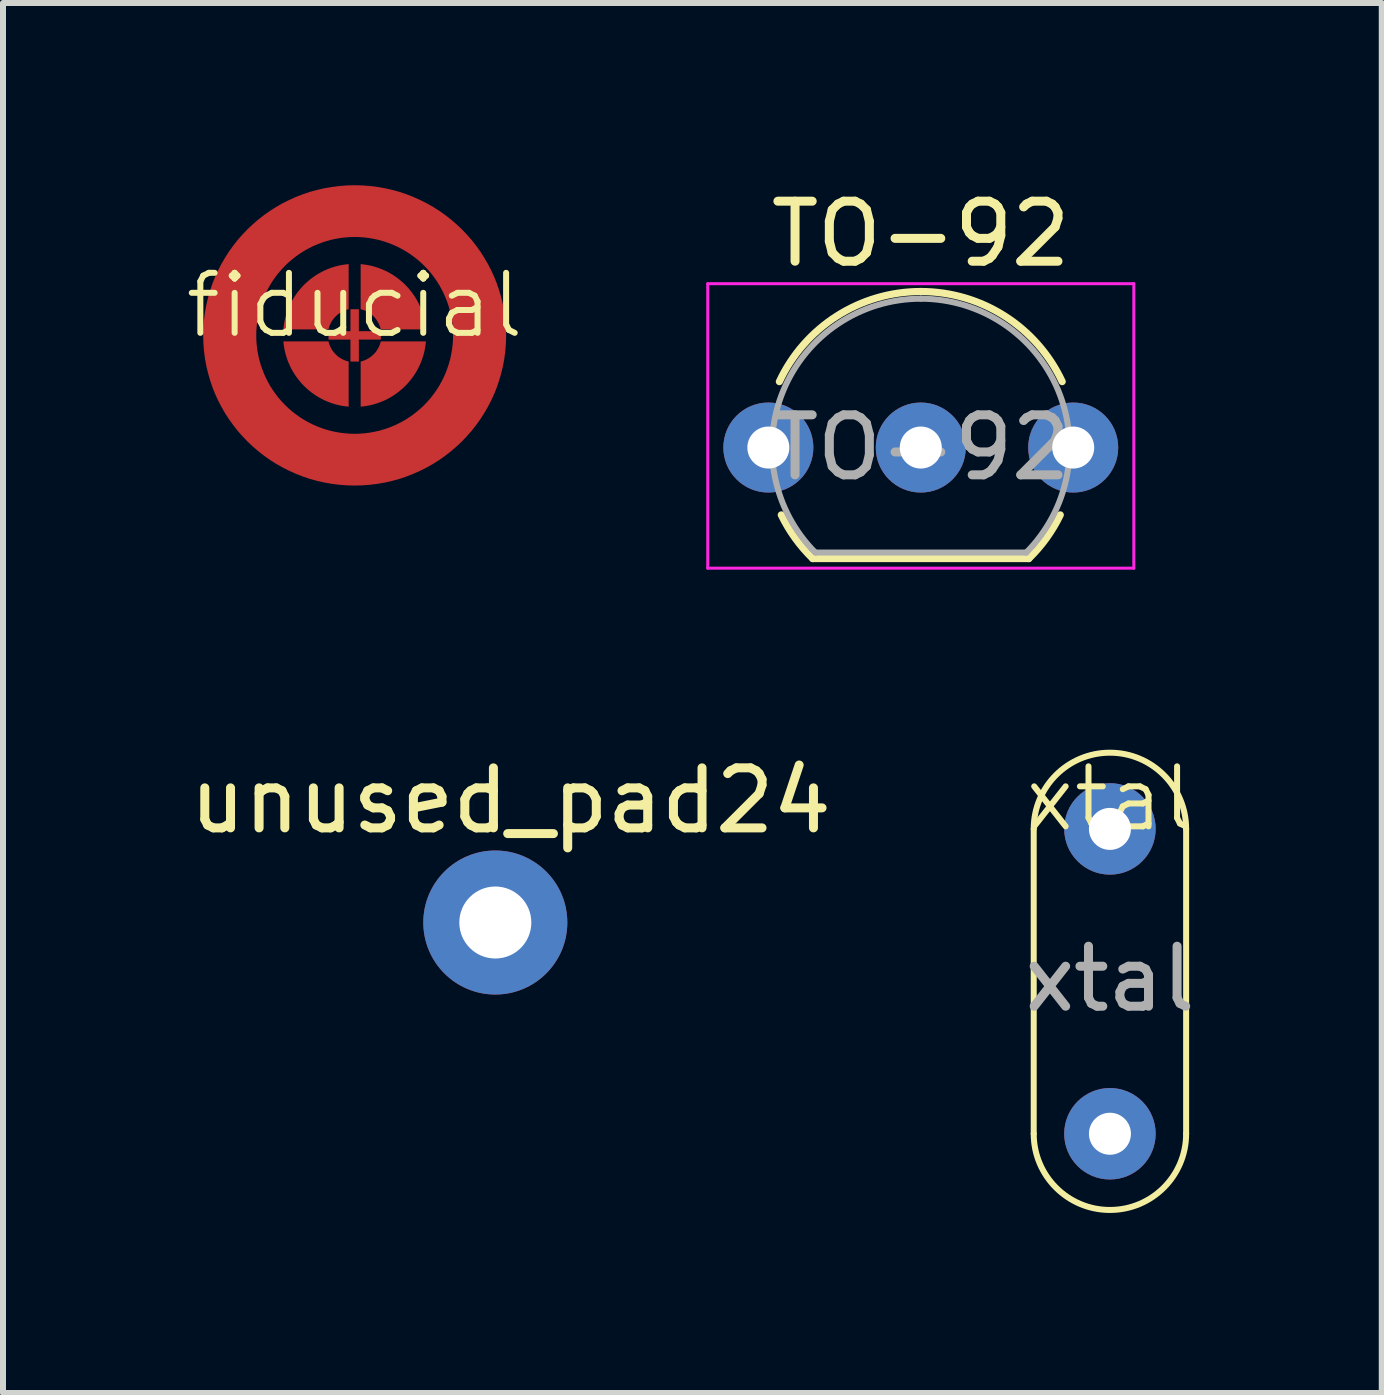
<source format=kicad_pcb>
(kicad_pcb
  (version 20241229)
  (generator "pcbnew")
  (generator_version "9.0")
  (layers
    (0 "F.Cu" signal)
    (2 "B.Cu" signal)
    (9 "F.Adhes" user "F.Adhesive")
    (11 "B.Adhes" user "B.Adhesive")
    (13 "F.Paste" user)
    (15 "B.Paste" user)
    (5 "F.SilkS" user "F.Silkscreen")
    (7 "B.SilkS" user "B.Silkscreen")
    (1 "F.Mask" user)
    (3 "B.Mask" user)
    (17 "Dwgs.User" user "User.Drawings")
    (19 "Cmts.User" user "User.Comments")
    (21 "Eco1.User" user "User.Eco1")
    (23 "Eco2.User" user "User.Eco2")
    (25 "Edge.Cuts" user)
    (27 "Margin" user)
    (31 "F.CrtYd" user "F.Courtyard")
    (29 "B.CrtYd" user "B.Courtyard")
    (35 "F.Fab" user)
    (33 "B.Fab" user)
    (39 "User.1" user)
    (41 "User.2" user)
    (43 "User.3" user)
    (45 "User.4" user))
  (footprint "unused_pad24"
    (layer "F.Cu")
    (at 5.204 12.323)
    (property "Reference" "unused_pad24" (at 0.254 -2.032 0) (unlocked yes) (layer "F.SilkS") (effects (font (size 1 1) (thickness 0.15))))
    (attr through_hole board_only exclude_from_bom)
    (pad "1" thru_hole circle (at 0 0) (size 2.4 2.4) (drill 1.2) (layers "*.Cu" "*.Mask")))
  (footprint "TO-92"
    (layer "F.Cu")
    (at 9.754 4.408)
    (property "Reference" "TO-92" (at 2.54 -3.56 0) (layer "F.SilkS") (effects (font (size 1 1) (thickness 0.15))))
    (attr through_hole)
    (fp_line (start 0.74 1.85) (end 4.34 1.85) (stroke (width 0.12) (type solid)) (layer "F.SilkS"))
    (fp_arc (start 0.1836 -1.098807) (mid 1.143021 -2.192817) (end 2.54 -2.6) (stroke (width 0.12) (type solid)) (layer "F.SilkS"))
    (fp_arc (start 0.74 1.85) (mid 0.446097 1.509328) (end 0.215816 1.122795) (stroke (width 0.12) (type solid)) (layer "F.SilkS"))
    (fp_arc (start 2.54 -2.6) (mid 3.936979 -2.192818) (end 4.8964 -1.098807) (stroke (width 0.12) (type solid)) (layer "F.SilkS"))
    (fp_arc (start 4.864184 1.122795) (mid 4.633903 1.509328) (end 4.34 1.85) (stroke (width 0.12) (type solid)) (layer "F.SilkS"))
    (fp_line (start -1.01 -2.73) (end -1.01 2.01) (stroke (width 0.05) (type solid)) (layer "F.CrtYd"))
    (fp_line (start -1.01 -2.73) (end 6.09 -2.73) (stroke (width 0.05) (type solid)) (layer "F.CrtYd"))
    (fp_line (start 6.09 2.01) (end -1.01 2.01) (stroke (width 0.05) (type solid)) (layer "F.CrtYd"))
    (fp_line (start 6.09 2.01) (end 6.09 -2.73) (stroke (width 0.05) (type solid)) (layer "F.CrtYd"))
    (fp_line (start 0.8 1.75) (end 4.3 1.75) (stroke (width 0.1) (type solid)) (layer "F.Fab"))
    (fp_arc (start 0.786375 1.753625) (mid 0.248779 -0.949055) (end 2.54 -2.48) (stroke (width 0.1) (type solid)) (layer "F.Fab"))
    (fp_arc (start 2.54 -2.48) (mid 4.831221 -0.949055) (end 4.293625 1.753625) (stroke (width 0.1) (type solid)) (layer "F.Fab"))
    (fp_text user "${REFERENCE}" (at 2.54 0 0) (layer "F.Fab") (effects (font (size 1 1) (thickness 0.15))))
    (pad "1" thru_hole circle (at 0 0) (size 1.5 1.5) (drill 0.7) (layers "*.Cu" "*.Mask"))
    (pad "2" thru_hole circle (at 2.54 0) (size 1.5 1.5) (drill 0.7) (layers "*.Cu" "*.Mask"))
    (pad "3" thru_hole circle (at 5.08 0) (size 1.5 1.5) (drill 0.7) (layers "*.Cu" "*.Mask")))
  (footprint "fiducial"
    (layer "F.Cu")
    (at 2.86 2.539)
    (property "Reference" "fiducial" (at 0 -0.5 0) (unlocked yes) (layer "F.SilkS") (effects (font (size 1 1) (thickness 0.1))))
    (attr smd board_only exclude_from_bom allow_soldermask_bridges)
    (fp_poly (pts (xy 0.07 0.436) (xy -0.07 0.436) (xy -0.07 -0.436) (xy 0.07 -0.436)) (stroke (width 0) (type solid)) (fill yes) (layer "F.Cu"))
    (fp_poly (pts (xy 0.436 0.07) (xy -0.436 0.07) (xy -0.436 -0.07) (xy 0.436 -0.07)) (stroke (width 0) (type solid)) (fill yes) (layer "F.Cu"))
    (fp_poly (pts (xy -0.428 0.131) (xy -0.418 0.161) (xy -0.405 0.189) (xy -0.391 0.217) (xy -0.375 0.244) (xy -0.357 0.269) (xy -0.338 0.293) (xy -0.316 0.316) (xy -0.294 0.337) (xy -0.27 0.357) (xy -0.244 0.374) (xy -0.218 0.39) (xy -0.19 0.405) (xy -0.161 0.417) (xy -0.131 0.427) (xy -0.1 0.436) (xy -0.1 1.188) (xy -0.154 1.182) (xy -0.207 1.174) (xy -0.26 1.164) (xy -0.311 1.151) (xy -0.362 1.136) (xy -0.412 1.119) (xy -0.46 1.1) (xy -0.508 1.079) (xy -0.554 1.056) (xy -0.599 1.031) (xy -0.643 1.004) (xy -0.686 0.975) (xy -0.728 0.944) (xy -0.768 0.912) (xy -0.806 0.878) (xy -0.843 0.843) (xy -0.879 0.806) (xy -0.912 0.767) (xy -0.945 0.727) (xy -0.975 0.686) (xy -1.004 0.643) (xy -1.031 0.599) (xy -1.056 0.554) (xy -1.079 0.507) (xy -1.1 0.46) (xy -1.119 0.411) (xy -1.136 0.361) (xy -1.151 0.311) (xy -1.164 0.259) (xy -1.174 0.207) (xy -1.182 0.154) (xy -1.188 0.1) (xy -0.436 0.1)) (stroke (width 0) (type solid) (color 255 0 0 1)) (fill yes) (layer "F.Cu"))
    (fp_poly (pts (xy -0.1 -0.436) (xy -0.131 -0.428) (xy -0.161 -0.418) (xy -0.19 -0.405) (xy -0.218 -0.391) (xy -0.244 -0.375) (xy -0.27 -0.357) (xy -0.294 -0.338) (xy -0.316 -0.316) (xy -0.338 -0.294) (xy -0.357 -0.27) (xy -0.375 -0.244) (xy -0.391 -0.218) (xy -0.405 -0.19) (xy -0.418 -0.161) (xy -0.428 -0.131) (xy -0.436 -0.1) (xy -1.188 -0.1) (xy -1.182 -0.154) (xy -1.174 -0.207) (xy -1.164 -0.26) (xy -1.151 -0.311) (xy -1.136 -0.362) (xy -1.119 -0.412) (xy -1.1 -0.46) (xy -1.079 -0.508) (xy -1.056 -0.554) (xy -1.031 -0.599) (xy -1.004 -0.643) (xy -0.975 -0.686) (xy -0.945 -0.727) (xy -0.912 -0.767) (xy -0.878 -0.806) (xy -0.843 -0.843) (xy -0.806 -0.878) (xy -0.767 -0.912) (xy -0.727 -0.945) (xy -0.686 -0.975) (xy -0.643 -1.004) (xy -0.599 -1.031) (xy -0.554 -1.056) (xy -0.508 -1.079) (xy -0.46 -1.1) (xy -0.412 -1.119) (xy -0.362 -1.136) (xy -0.311 -1.151) (xy -0.26 -1.164) (xy -0.207 -1.174) (xy -0.154 -1.182) (xy -0.1 -1.188)) (stroke (width 0) (type solid) (color 255 0 0 1)) (fill yes) (layer "F.Cu"))
    (fp_poly (pts (xy 0.154 -1.182) (xy 0.207 -1.174) (xy 0.259 -1.164) (xy 0.311 -1.151) (xy 0.361 -1.136) (xy 0.411 -1.119) (xy 0.46 -1.1) (xy 0.507 -1.079) (xy 0.554 -1.056) (xy 0.599 -1.031) (xy 0.643 -1.004) (xy 0.686 -0.975) (xy 0.727 -0.945) (xy 0.767 -0.912) (xy 0.806 -0.879) (xy 0.843 -0.843) (xy 0.878 -0.806) (xy 0.912 -0.768) (xy 0.944 -0.728) (xy 0.975 -0.686) (xy 1.004 -0.643) (xy 1.031 -0.599) (xy 1.056 -0.554) (xy 1.079 -0.508) (xy 1.1 -0.46) (xy 1.119 -0.412) (xy 1.136 -0.362) (xy 1.151 -0.311) (xy 1.164 -0.26) (xy 1.174 -0.207) (xy 1.182 -0.154) (xy 1.188 -0.1) (xy 0.436 -0.1) (xy 0.427 -0.131) (xy 0.417 -0.161) (xy 0.405 -0.19) (xy 0.39 -0.218) (xy 0.374 -0.244) (xy 0.357 -0.27) (xy 0.337 -0.294) (xy 0.316 -0.316) (xy 0.293 -0.338) (xy 0.269 -0.357) (xy 0.244 -0.375) (xy 0.217 -0.391) (xy 0.189 -0.405) (xy 0.161 -0.418) (xy 0.131 -0.428) (xy 0.1 -0.436) (xy 0.1 -1.188)) (stroke (width 0) (type solid) (color 255 0 0 1)) (fill yes) (layer "F.Cu"))
    (fp_poly (pts (xy 1.188 0.1) (xy 1.182 0.154) (xy 1.174 0.207) (xy 1.164 0.259) (xy 1.151 0.311) (xy 1.136 0.362) (xy 1.119 0.411) (xy 1.1 0.46) (xy 1.079 0.507) (xy 1.056 0.554) (xy 1.031 0.599) (xy 1.004 0.643) (xy 0.975 0.686) (xy 0.945 0.727) (xy 0.912 0.767) (xy 0.878 0.806) (xy 0.843 0.843) (xy 0.806 0.878) (xy 0.767 0.912) (xy 0.727 0.945) (xy 0.686 0.975) (xy 0.643 1.004) (xy 0.599 1.031) (xy 0.554 1.056) (xy 0.507 1.079) (xy 0.46 1.1) (xy 0.411 1.119) (xy 0.362 1.136) (xy 0.311 1.151) (xy 0.259 1.164) (xy 0.207 1.174) (xy 0.154 1.182) (xy 0.1 1.188) (xy 0.1 0.436) (xy 0.131 0.427) (xy 0.161 0.417) (xy 0.189 0.405) (xy 0.217 0.39) (xy 0.244 0.374) (xy 0.269 0.357) (xy 0.293 0.337) (xy 0.316 0.316) (xy 0.337 0.293) (xy 0.357 0.269) (xy 0.374 0.244) (xy 0.39 0.217) (xy 0.405 0.189) (xy 0.417 0.161) (xy 0.427 0.131) (xy 0.436 0.1)) (stroke (width 0) (type solid) (color 255 0 0 1)) (fill yes) (layer "F.Cu"))
    (fp_poly (pts (xy 0.13 -2.499) (xy 0.258 -2.489) (xy 0.384 -2.473) (xy 0.509 -2.451) (xy 0.631 -2.423) (xy 0.751 -2.39) (xy 0.868 -2.35) (xy 0.982 -2.305) (xy 1.094 -2.255) (xy 1.203 -2.2) (xy 1.309 -2.14) (xy 1.411 -2.075) (xy 1.51 -2.005) (xy 1.605 -1.931) (xy 1.697 -1.852) (xy 1.785 -1.769) (xy 1.868 -1.682) (xy 1.948 -1.592) (xy 2.022 -1.497) (xy 2.093 -1.399) (xy 2.158 -1.297) (xy 2.219 -1.193) (xy 2.275 -1.085) (xy 2.326 -0.974) (xy 2.371 -0.86) (xy 2.41 -0.744) (xy 2.444 -0.625) (xy 2.473 -0.504) (xy 2.495 -0.381) (xy 2.511 -0.256) (xy 2.521 -0.129) (xy 2.524 0) (xy 2.521 0.129) (xy 2.511 0.256) (xy 2.495 0.381) (xy 2.473 0.504) (xy 2.444 0.625) (xy 2.41 0.744) (xy 2.371 0.86) (xy 2.326 0.974) (xy 2.275 1.085) (xy 2.219 1.193) (xy 2.158 1.297) (xy 2.093 1.399) (xy 2.022 1.497) (xy 1.948 1.592) (xy 1.868 1.682) (xy 1.785 1.769) (xy 1.697 1.852) (xy 1.605 1.931) (xy 1.51 2.005) (xy 1.411 2.075) (xy 1.309 2.14) (xy 1.203 2.2) (xy 1.094 2.255) (xy 0.982 2.305) (xy 0.868 2.35) (xy 0.75 2.39) (xy 0.631 2.423) (xy 0.509 2.451) (xy 0.384 2.473) (xy 0.258 2.489) (xy 0.13 2.499) (xy -0.000061 2.502) (xy -0.13 2.499) (xy -0.258 2.489) (xy -0.384 2.473) (xy -0.509 2.451) (xy -0.631 2.423) (xy -0.751 2.39) (xy -0.868 2.35) (xy -0.982 2.305) (xy -1.094 2.255) (xy -1.203 2.2) (xy -1.309 2.14) (xy -1.411 2.075) (xy -1.51 2.005) (xy -1.605 1.931) (xy -1.697 1.852) (xy -1.785 1.769) (xy -1.868 1.682) (xy -1.948 1.592) (xy -2.022 1.497) (xy -2.093 1.399) (xy -2.159 1.297) (xy -2.219 1.193) (xy -2.275 1.085) (xy -2.326 0.974) (xy -2.371 0.86) (xy -2.41 0.744) (xy -2.444 0.625) (xy -2.473 0.504) (xy -2.495 0.381) (xy -2.511 0.256) (xy -2.521 0.129) (xy -2.524 0) (xy -1.64 0) (xy -1.638 0.081) (xy -1.632 0.162) (xy -1.622 0.242) (xy -1.608 0.321) (xy -1.591 0.4) (xy -1.569 0.477) (xy -1.544 0.553) (xy -1.515 0.628) (xy -1.483 0.701) (xy -1.447 0.772) (xy -1.408 0.842) (xy -1.365 0.91) (xy -1.318 0.976) (xy -1.269 1.04) (xy -1.216 1.101) (xy -1.16 1.16) (xy -1.101 1.216) (xy -1.04 1.269) (xy -0.976 1.318) (xy -0.91 1.365) (xy -0.842 1.408) (xy -0.772 1.447) (xy -0.701 1.483) (xy -0.628 1.515) (xy -0.553 1.544) (xy -0.477 1.569) (xy -0.4 1.591) (xy -0.322 1.608) (xy -0.242 1.622) (xy -0.162 1.632) (xy -0.081 1.638) (xy -0.000077 1.64) (xy 0.081 1.638) (xy 0.162 1.632) (xy 0.242 1.622) (xy 0.321 1.608) (xy 0.4 1.591) (xy 0.477 1.569) (xy 0.553 1.544) (xy 0.628 1.515) (xy 0.701 1.483) (xy 0.772 1.447) (xy 0.842 1.408) (xy 0.91 1.365) (xy 0.976 1.318) (xy 1.039 1.269) (xy 1.101 1.216) (xy 1.16 1.16) (xy 1.216 1.101) (xy 1.269 1.04) (xy 1.318 0.976) (xy 1.365 0.91) (xy 1.408 0.842) (xy 1.447 0.772) (xy 1.483 0.701) (xy 1.515 0.628) (xy 1.544 0.553) (xy 1.569 0.477) (xy 1.591 0.4) (xy 1.608 0.322) (xy 1.622 0.242) (xy 1.632 0.162) (xy 1.638 0.081) (xy 1.64 0) (xy 1.638 -0.081) (xy 1.632 -0.162) (xy 1.622 -0.242) (xy 1.608 -0.321) (xy 1.591 -0.4) (xy 1.569 -0.477) (xy 1.544 -0.553) (xy 1.515 -0.628) (xy 1.483 -0.701) (xy 1.447 -0.772) (xy 1.408 -0.842) (xy 1.365 -0.91) (xy 1.318 -0.976) (xy 1.269 -1.04) (xy 1.216 -1.101) (xy 1.16 -1.16) (xy 1.101 -1.216) (xy 1.04 -1.269) (xy 0.976 -1.318) (xy 0.91 -1.365) (xy 0.842 -1.408) (xy 0.772 -1.447) (xy 0.701 -1.483) (xy 0.628 -1.515) (xy 0.553 -1.544) (xy 0.477 -1.569) (xy 0.4 -1.591) (xy 0.321 -1.608) (xy 0.242 -1.622) (xy 0.162 -1.632) (xy 0.081 -1.638) (xy 0.000039 -1.64) (xy -0.081 -1.638) (xy -0.162 -1.632) (xy -0.242 -1.622) (xy -0.321 -1.608) (xy -0.4 -1.591) (xy -0.477 -1.569) (xy -0.553 -1.544) (xy -0.628 -1.515) (xy -0.701 -1.483) (xy -0.772 -1.447) (xy -0.842 -1.408) (xy -0.91 -1.365) (xy -0.976 -1.318) (xy -1.039 -1.269) (xy -1.101 -1.216) (xy -1.16 -1.16) (xy -1.216 -1.101) (xy -1.269 -1.04) (xy -1.318 -0.976) (xy -1.365 -0.91) (xy -1.408 -0.842) (xy -1.447 -0.772) (xy -1.483 -0.701) (xy -1.515 -0.628) (xy -1.544 -0.553) (xy -1.569 -0.477) (xy -1.591 -0.4) (xy -1.608 -0.322) (xy -1.622 -0.242) (xy -1.632 -0.162) (xy -1.638 -0.081) (xy -1.64 0) (xy -2.524 0) (xy -2.521 -0.129) (xy -2.511 -0.256) (xy -2.495 -0.381) (xy -2.473 -0.504) (xy -2.444 -0.625) (xy -2.41 -0.744) (xy -2.371 -0.86) (xy -2.326 -0.974) (xy -2.275 -1.085) (xy -2.219 -1.193) (xy -2.158 -1.297) (xy -2.093 -1.399) (xy -2.022 -1.497) (xy -1.948 -1.592) (xy -1.868 -1.682) (xy -1.785 -1.769) (xy -1.697 -1.852) (xy -1.605 -1.931) (xy -1.51 -2.005) (xy -1.411 -2.075) (xy -1.309 -2.14) (xy -1.203 -2.2) (xy -1.094 -2.255) (xy -0.982 -2.306) (xy -0.868 -2.35) (xy -0.751 -2.39) (xy -0.631 -2.423) (xy -0.509 -2.451) (xy -0.384 -2.473) (xy -0.258 -2.489) (xy -0.13 -2.499) (xy 0 -2.502) (xy 0.000056 -2.502)) (stroke (width 0) (type solid)) (fill yes) (layer "F.Cu"))
    (fp_circle (center 0 0) (end 2.489 0) (stroke (width 0.1) (type solid)) (fill yes) (layer "F.Mask")))
  (footprint "xtal"
    (layer "F.Cu")
    (at 15.446 10.763)
    (property "Reference" "xtal" (at 0 -0.5 0) (unlocked yes) (layer "F.SilkS") (effects (font (size 1 1) (thickness 0.1))))
    (attr through_hole)
    (fp_line (start -1.27 5.08) (end -1.27 0) (stroke (width 0.1) (type default)) (layer "F.SilkS"))
    (fp_line (start 1.27 5.08) (end 1.27 0) (stroke (width 0.1) (type default)) (layer "F.SilkS"))
    (fp_arc (start -1.27 0) (mid 0 -1.27) (end 1.27 0) (stroke (width 0.1) (type default)) (layer "F.SilkS"))
    (fp_arc (start 1.27 5.08) (mid 0 6.35) (end -1.27 5.08) (stroke (width 0.1) (type default)) (layer "F.SilkS"))
    (fp_text user "${REFERENCE}" (at 0 2.5 0) (unlocked yes) (layer "F.Fab") (effects (font (size 1 1) (thickness 0.15))))
    (pad "1" thru_hole circle (at 0 0) (size 1.524 1.524) (drill 0.7) (layers "*.Cu" "*.Mask"))
    (pad "2" thru_hole circle (at 0 5.08) (size 1.524 1.524) (drill 0.7) (layers "*.Cu" "*.Mask")))
  (gr_rect
    (start -3 -3)
    (end 19.976 20.163)
    (stroke (width 0.1) (type default))
    (fill no)
    (layer "Edge.Cuts")))
</source>
